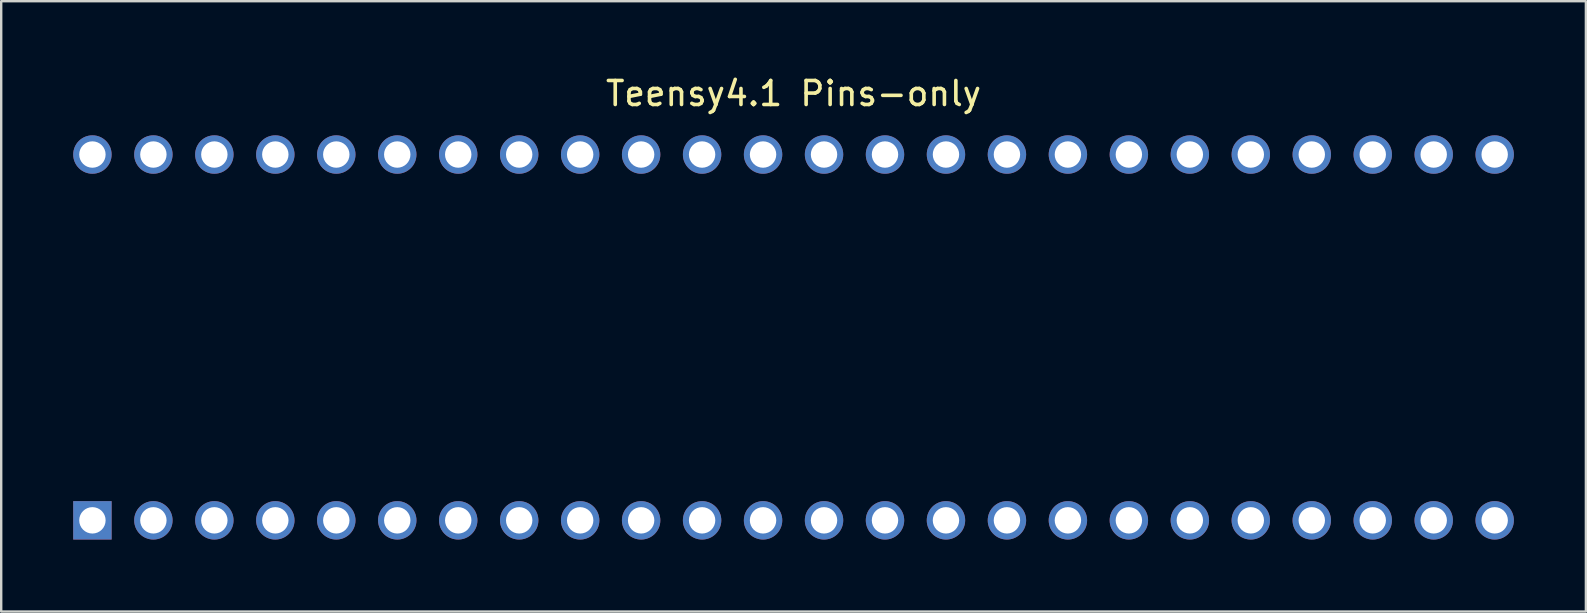
<source format=kicad_pcb>
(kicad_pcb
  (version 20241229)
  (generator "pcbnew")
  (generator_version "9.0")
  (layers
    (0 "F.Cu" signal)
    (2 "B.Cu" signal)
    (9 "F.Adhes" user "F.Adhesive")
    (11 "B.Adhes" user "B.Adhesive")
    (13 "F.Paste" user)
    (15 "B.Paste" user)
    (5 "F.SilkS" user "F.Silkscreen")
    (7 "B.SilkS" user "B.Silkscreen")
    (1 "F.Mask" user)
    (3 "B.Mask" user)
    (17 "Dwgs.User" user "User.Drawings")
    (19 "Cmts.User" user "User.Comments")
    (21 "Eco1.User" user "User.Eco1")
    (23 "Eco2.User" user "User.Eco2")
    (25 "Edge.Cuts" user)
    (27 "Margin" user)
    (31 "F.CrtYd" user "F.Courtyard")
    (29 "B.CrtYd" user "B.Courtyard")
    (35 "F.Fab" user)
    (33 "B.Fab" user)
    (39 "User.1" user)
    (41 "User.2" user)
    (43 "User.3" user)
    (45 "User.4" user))
  (footprint "Teensy4.1 Pins-only"
    (layer "F.Cu")
    (at 30.01 11.008)
    (property "Reference" "Teensy4.1 Pins-only" (at 0 -10.16 0) (layer "F.SilkS") (effects (font (size 1 1) (thickness 0.15))))
    (attr through_hole)
    (pad "1" thru_hole rect (at -29.21 7.62) (size 1.6 1.6) (drill 1.1) (layers "*.Cu" "*.Mask"))
    (pad "2" thru_hole circle (at -26.67 7.62) (size 1.6 1.6) (drill 1.1) (layers "*.Cu" "*.Mask"))
    (pad "3" thru_hole circle (at -24.13 7.62) (size 1.6 1.6) (drill 1.1) (layers "*.Cu" "*.Mask"))
    (pad "4" thru_hole circle (at -21.59 7.62) (size 1.6 1.6) (drill 1.1) (layers "*.Cu" "*.Mask"))
    (pad "5" thru_hole circle (at -19.05 7.62) (size 1.6 1.6) (drill 1.1) (layers "*.Cu" "*.Mask"))
    (pad "6" thru_hole circle (at -16.51 7.62) (size 1.6 1.6) (drill 1.1) (layers "*.Cu" "*.Mask"))
    (pad "7" thru_hole circle (at -13.97 7.62) (size 1.6 1.6) (drill 1.1) (layers "*.Cu" "*.Mask"))
    (pad "8" thru_hole circle (at -11.43 7.62) (size 1.6 1.6) (drill 1.1) (layers "*.Cu" "*.Mask"))
    (pad "9" thru_hole circle (at -8.89 7.62) (size 1.6 1.6) (drill 1.1) (layers "*.Cu" "*.Mask"))
    (pad "10" thru_hole circle (at -6.35 7.62) (size 1.6 1.6) (drill 1.1) (layers "*.Cu" "*.Mask"))
    (pad "11" thru_hole circle (at -3.81 7.62) (size 1.6 1.6) (drill 1.1) (layers "*.Cu" "*.Mask"))
    (pad "12" thru_hole circle (at -1.27 7.62) (size 1.6 1.6) (drill 1.1) (layers "*.Cu" "*.Mask"))
    (pad "13" thru_hole circle (at 1.27 7.62) (size 1.6 1.6) (drill 1.1) (layers "*.Cu" "*.Mask"))
    (pad "14" thru_hole circle (at 3.81 7.62) (size 1.6 1.6) (drill 1.1) (layers "*.Cu" "*.Mask"))
    (pad "15" thru_hole circle (at 6.35 7.62) (size 1.6 1.6) (drill 1.1) (layers "*.Cu" "*.Mask"))
    (pad "16" thru_hole circle (at 8.89 7.62) (size 1.6 1.6) (drill 1.1) (layers "*.Cu" "*.Mask"))
    (pad "17" thru_hole circle (at 11.43 7.62) (size 1.6 1.6) (drill 1.1) (layers "*.Cu" "*.Mask"))
    (pad "18" thru_hole circle (at 13.97 7.62) (size 1.6 1.6) (drill 1.1) (layers "*.Cu" "*.Mask"))
    (pad "19" thru_hole circle (at 16.51 7.62) (size 1.6 1.6) (drill 1.1) (layers "*.Cu" "*.Mask"))
    (pad "20" thru_hole circle (at 19.05 7.62) (size 1.6 1.6) (drill 1.1) (layers "*.Cu" "*.Mask"))
    (pad "21" thru_hole circle (at 21.59 7.62) (size 1.6 1.6) (drill 1.1) (layers "*.Cu" "*.Mask"))
    (pad "22" thru_hole circle (at 24.13 7.62) (size 1.6 1.6) (drill 1.1) (layers "*.Cu" "*.Mask"))
    (pad "23" thru_hole circle (at 26.67 7.62) (size 1.6 1.6) (drill 1.1) (layers "*.Cu" "*.Mask"))
    (pad "24" thru_hole circle (at 29.21 7.62) (size 1.6 1.6) (drill 1.1) (layers "*.Cu" "*.Mask"))
    (pad "25" thru_hole circle (at 29.21 -7.62) (size 1.6 1.6) (drill 1.1) (layers "*.Cu" "*.Mask"))
    (pad "26" thru_hole circle (at 26.67 -7.62) (size 1.6 1.6) (drill 1.1) (layers "*.Cu" "*.Mask"))
    (pad "27" thru_hole circle (at 24.13 -7.62) (size 1.6 1.6) (drill 1.1) (layers "*.Cu" "*.Mask"))
    (pad "28" thru_hole circle (at 21.59 -7.62) (size 1.6 1.6) (drill 1.1) (layers "*.Cu" "*.Mask"))
    (pad "29" thru_hole circle (at 19.05 -7.62) (size 1.6 1.6) (drill 1.1) (layers "*.Cu" "*.Mask"))
    (pad "30" thru_hole circle (at 16.51 -7.62) (size 1.6 1.6) (drill 1.1) (layers "*.Cu" "*.Mask"))
    (pad "31" thru_hole circle (at 13.97 -7.62) (size 1.6 1.6) (drill 1.1) (layers "*.Cu" "*.Mask"))
    (pad "32" thru_hole circle (at 11.43 -7.62) (size 1.6 1.6) (drill 1.1) (layers "*.Cu" "*.Mask"))
    (pad "33" thru_hole circle (at 8.89 -7.62) (size 1.6 1.6) (drill 1.1) (layers "*.Cu" "*.Mask"))
    (pad "34" thru_hole circle (at 6.35 -7.62) (size 1.6 1.6) (drill 1.1) (layers "*.Cu" "*.Mask"))
    (pad "35" thru_hole circle (at 3.81 -7.62) (size 1.6 1.6) (drill 1.1) (layers "*.Cu" "*.Mask"))
    (pad "36" thru_hole circle (at 1.27 -7.62) (size 1.6 1.6) (drill 1.1) (layers "*.Cu" "*.Mask"))
    (pad "37" thru_hole circle (at -1.27 -7.62) (size 1.6 1.6) (drill 1.1) (layers "*.Cu" "*.Mask"))
    (pad "38" thru_hole circle (at -3.81 -7.62) (size 1.6 1.6) (drill 1.1) (layers "*.Cu" "*.Mask"))
    (pad "39" thru_hole circle (at -6.35 -7.62) (size 1.6 1.6) (drill 1.1) (layers "*.Cu" "*.Mask"))
    (pad "40" thru_hole circle (at -8.89 -7.62) (size 1.6 1.6) (drill 1.1) (layers "*.Cu" "*.Mask"))
    (pad "41" thru_hole circle (at -11.43 -7.62) (size 1.6 1.6) (drill 1.1) (layers "*.Cu" "*.Mask"))
    (pad "42" thru_hole circle (at -13.97 -7.62) (size 1.6 1.6) (drill 1.1) (layers "*.Cu" "*.Mask"))
    (pad "43" thru_hole circle (at -16.51 -7.62) (size 1.6 1.6) (drill 1.1) (layers "*.Cu" "*.Mask"))
    (pad "44" thru_hole circle (at -19.05 -7.62) (size 1.6 1.6) (drill 1.1) (layers "*.Cu" "*.Mask"))
    (pad "45" thru_hole circle (at -21.59 -7.62) (size 1.6 1.6) (drill 1.1) (layers "*.Cu" "*.Mask"))
    (pad "46" thru_hole circle (at -24.13 -7.62) (size 1.6 1.6) (drill 1.1) (layers "*.Cu" "*.Mask"))
    (pad "47" thru_hole circle (at -26.67 -7.62) (size 1.6 1.6) (drill 1.1) (layers "*.Cu" "*.Mask"))
    (pad "48" thru_hole circle (at -29.21 -7.62) (size 1.6 1.6) (drill 1.1) (layers "*.Cu" "*.Mask")))
  (gr_rect
    (start -3 -3)
    (end 63.02 22.428)
    (stroke (width 0.1) (type default))
    (fill no)
    (layer "Edge.Cuts")))
</source>
